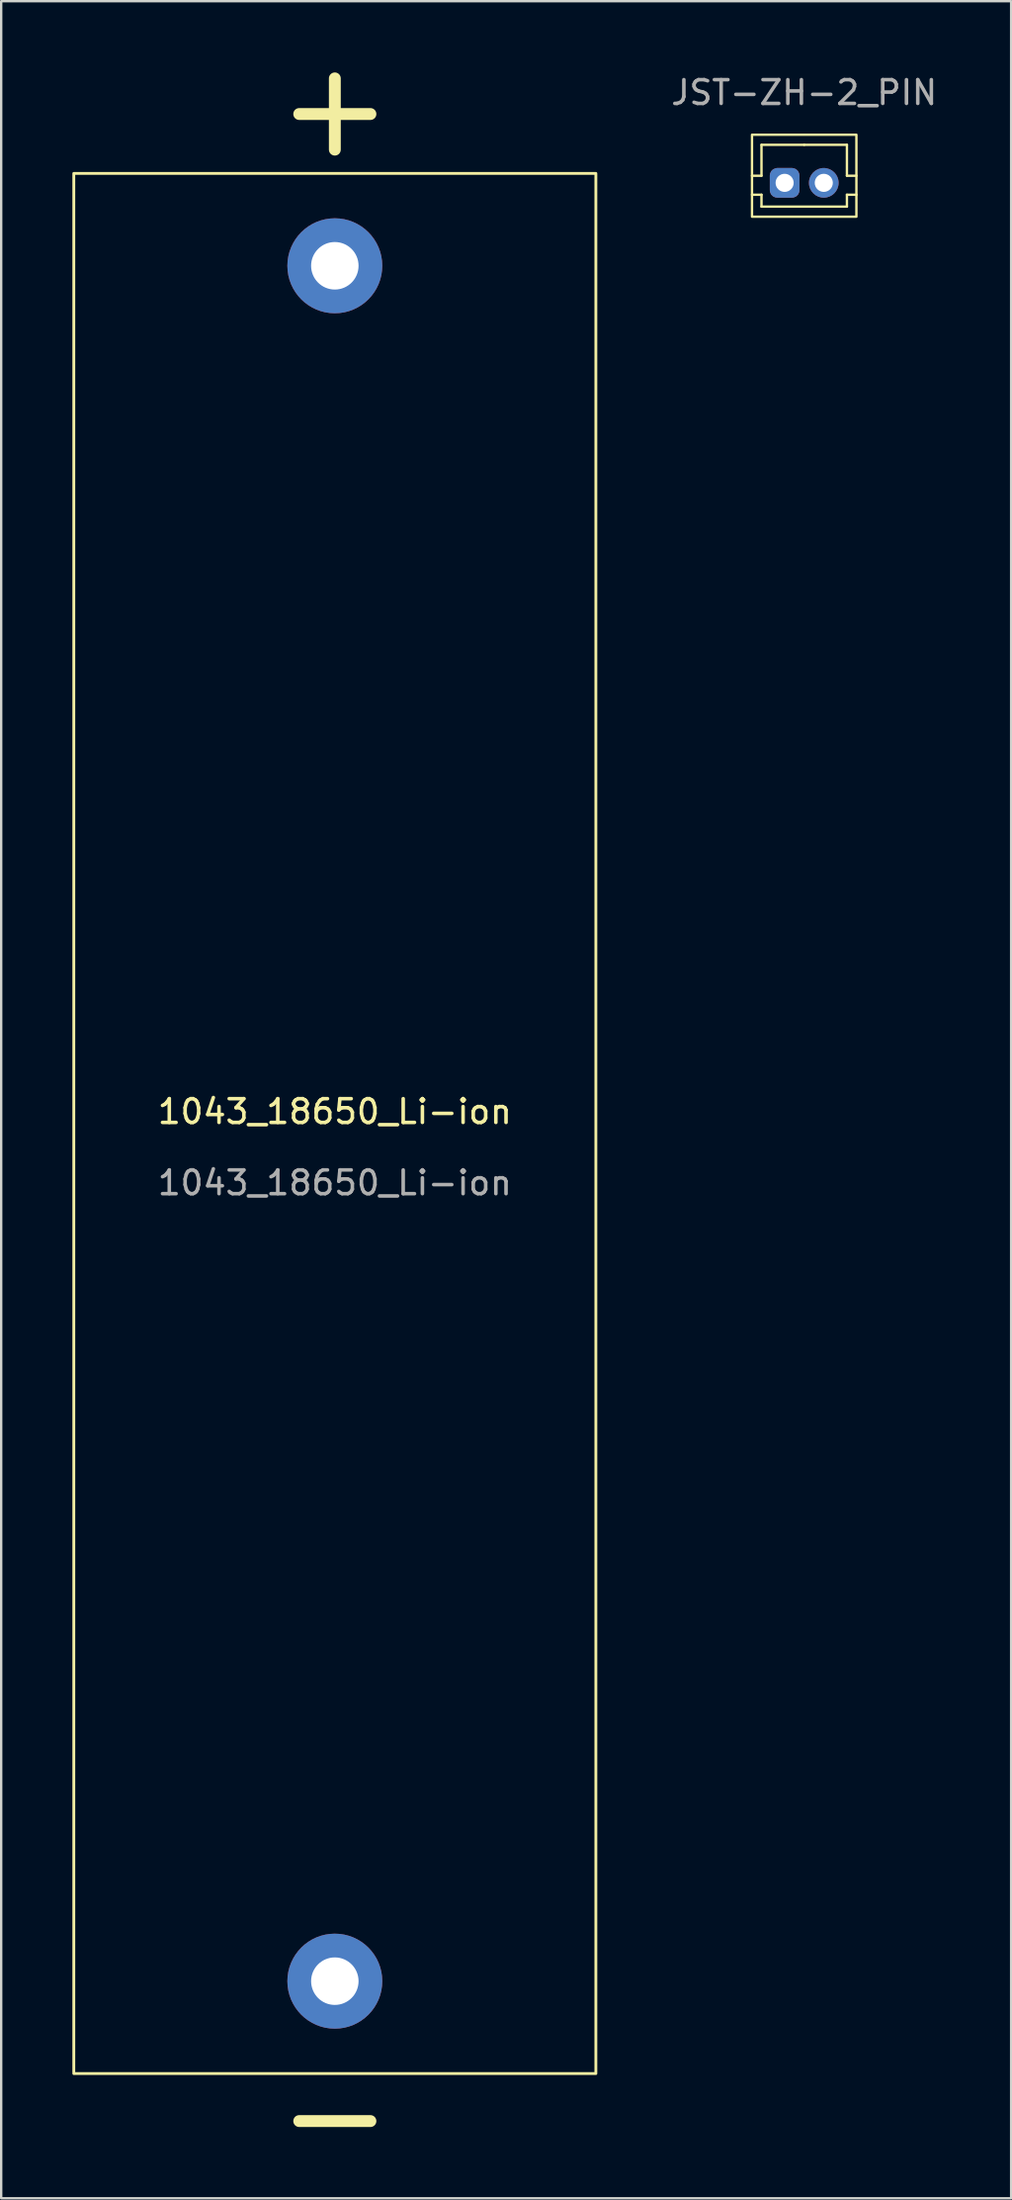
<source format=kicad_pcb>
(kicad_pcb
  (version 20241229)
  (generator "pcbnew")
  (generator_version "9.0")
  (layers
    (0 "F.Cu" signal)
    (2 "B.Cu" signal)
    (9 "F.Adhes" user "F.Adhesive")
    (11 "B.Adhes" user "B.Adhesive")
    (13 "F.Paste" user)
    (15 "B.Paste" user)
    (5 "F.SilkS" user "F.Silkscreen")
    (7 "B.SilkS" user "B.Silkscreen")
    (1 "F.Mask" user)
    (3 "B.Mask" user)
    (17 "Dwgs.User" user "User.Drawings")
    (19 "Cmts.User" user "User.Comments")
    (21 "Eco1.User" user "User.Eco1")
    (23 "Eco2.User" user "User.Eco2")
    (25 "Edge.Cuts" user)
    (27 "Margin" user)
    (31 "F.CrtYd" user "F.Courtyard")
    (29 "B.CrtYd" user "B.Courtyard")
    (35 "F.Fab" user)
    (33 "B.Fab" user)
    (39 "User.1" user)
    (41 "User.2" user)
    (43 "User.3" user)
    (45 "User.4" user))
  (footprint "1043_18650_Li-ion"
    (layer "F.Cu")
    (at 11.06 44.25)
    (property "Reference" "1043_18650_Li-ion" (at 0 -0.5 0) (unlocked yes) (layer "F.SilkS") (effects (font (size 1 1) (thickness 0.15))))
    (attr through_hole)
    (fp_line (start -1.5 -42.5) (end 1.5 -42.5) (stroke (width 0.5) (type solid)) (layer "F.SilkS"))
    (fp_line (start -1.5 42) (end 1.5 42) (stroke (width 0.5) (type solid)) (layer "F.SilkS"))
    (fp_line (start 0 -41) (end 0 -44) (stroke (width 0.5) (type solid)) (layer "F.SilkS"))
    (fp_rect (start -11 -40) (end 11 40) (stroke (width 0.12) (type solid)) (fill no) (layer "F.SilkS"))
    (fp_text user "${REFERENCE}" (at 0 2.5 0) (unlocked yes) (layer "F.Fab") (effects (font (size 1 1) (thickness 0.15))))
    (pad "1" thru_hole circle (at 0 -36.11) (size 4 4) (drill 2) (layers "*.Cu" "*.Mask"))
    (pad "2" thru_hole circle (at 0 36.11) (size 4 4) (drill 2) (layers "*.Cu" "*.Mask")))
  (footprint "JST-ZH-2_PIN"
    (layer "F.Cu")
    (at 30.84 4.348)
    (property "Reference" "JST-ZH-2_PIN" (at 0 -3.5 0) (unlocked yes) (layer "F.Fab") (effects (font (size 1 1) (thickness 0.15))))
    (attr through_hole)
    (fp_line (start -2.2 0) (end -1.8 0) (stroke (width 0.1) (type default)) (layer "F.SilkS"))
    (fp_line (start -2.2 0.8) (end -1.8 0.8) (stroke (width 0.1) (type default)) (layer "F.SilkS"))
    (fp_line (start -1.8 -1.3) (end 0 -1.3) (stroke (width 0.1) (type default)) (layer "F.SilkS"))
    (fp_line (start -1.8 0) (end -1.8 -1.3) (stroke (width 0.1) (type default)) (layer "F.SilkS"))
    (fp_line (start -1.8 0.8) (end -1.8 1.3) (stroke (width 0.1) (type default)) (layer "F.SilkS"))
    (fp_line (start 1.8 -1.3) (end 0 -1.3) (stroke (width 0.1) (type default)) (layer "F.SilkS"))
    (fp_line (start 1.8 0) (end 1.8 -1.3) (stroke (width 0.1) (type default)) (layer "F.SilkS"))
    (fp_line (start 1.8 0.8) (end 1.8 1.3) (stroke (width 0.1) (type default)) (layer "F.SilkS"))
    (fp_line (start 1.8 1.3) (end -1.8 1.3) (stroke (width 0.1) (type default)) (layer "F.SilkS"))
    (fp_line (start 2.2 0) (end 1.8 0) (stroke (width 0.1) (type default)) (layer "F.SilkS"))
    (fp_line (start 2.2 0.8) (end 1.8 0.8) (stroke (width 0.1) (type default)) (layer "F.SilkS"))
    (fp_rect (start -2.2 -1.725) (end 2.2 1.725) (stroke (width 0.1) (type default)) (fill no) (layer "F.SilkS"))
    (pad "1" thru_hole roundrect (at -0.825 0.3) (size 1.25 1.25) (drill 0.762) (layers "*.Cu" "*.Mask") (roundrect_rratio 0.25))
    (pad "2" thru_hole circle (at 0.825 0.3) (size 1.25 1.25) (drill 0.762) (layers "*.Cu" "*.Mask")))
  (gr_rect
    (start -3 -3)
    (end 39.56 89.5)
    (stroke (width 0.1) (type default))
    (fill no)
    (layer "Edge.Cuts")))
</source>
